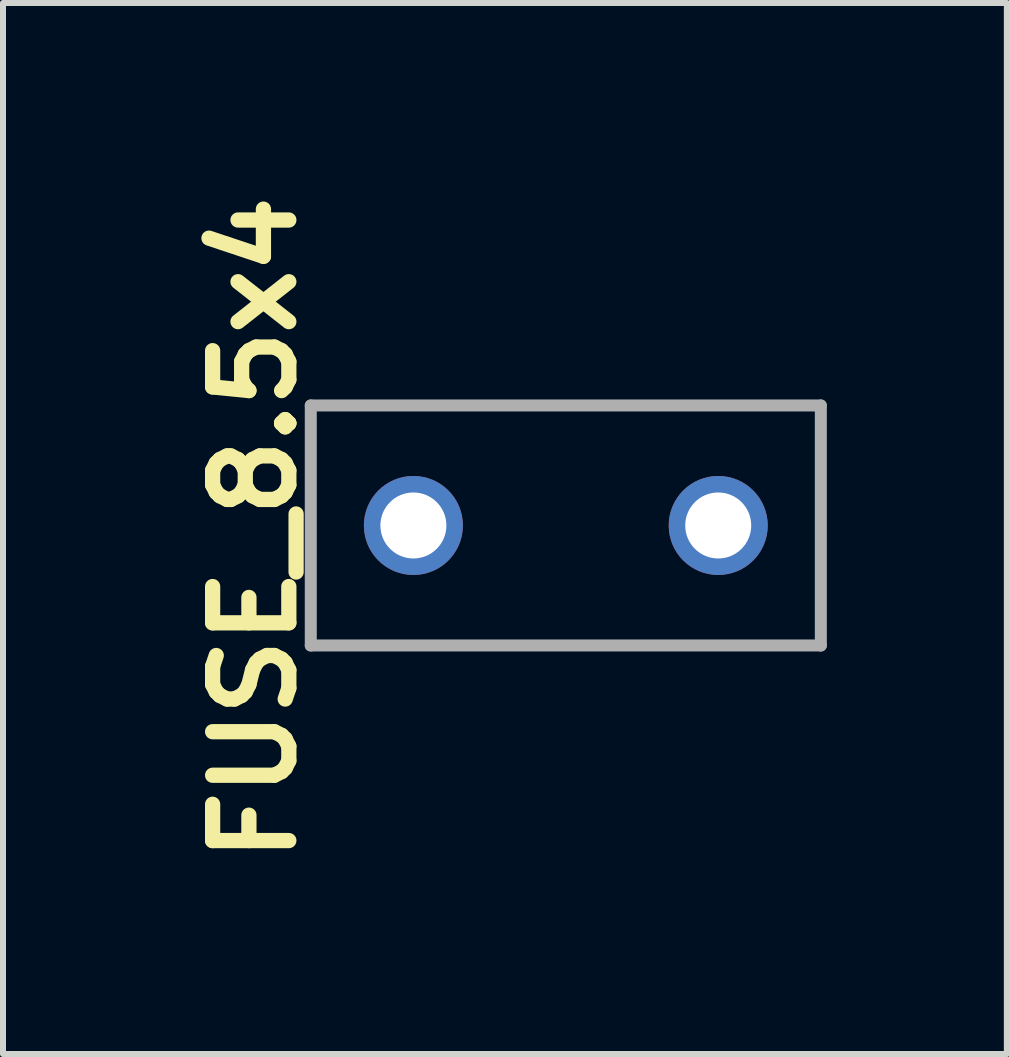
<source format=kicad_pcb>
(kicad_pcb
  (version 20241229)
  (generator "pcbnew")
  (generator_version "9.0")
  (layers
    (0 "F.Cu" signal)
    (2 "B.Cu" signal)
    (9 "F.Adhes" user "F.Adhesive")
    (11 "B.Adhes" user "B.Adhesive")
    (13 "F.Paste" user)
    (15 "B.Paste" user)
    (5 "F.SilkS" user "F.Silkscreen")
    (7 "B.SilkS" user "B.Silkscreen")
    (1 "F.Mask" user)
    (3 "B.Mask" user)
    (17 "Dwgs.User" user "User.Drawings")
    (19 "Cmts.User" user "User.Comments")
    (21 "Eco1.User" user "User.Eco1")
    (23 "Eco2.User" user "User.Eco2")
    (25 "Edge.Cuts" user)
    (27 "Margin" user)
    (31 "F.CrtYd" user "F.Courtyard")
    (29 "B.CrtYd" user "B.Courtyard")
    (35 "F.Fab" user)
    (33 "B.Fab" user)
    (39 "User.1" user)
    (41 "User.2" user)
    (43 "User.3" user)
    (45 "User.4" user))
  (footprint "FUSE_8.5x4"
    (layer "F.Cu")
    (at 6.379 5.707)
    (property "Reference" "FUSE_8.5x4" (at -5.19 0.05 90) (layer "F.SilkS") (effects (font (size 1.27 1.27) (thickness 0.254))))
    (fp_line (start -4.25 -2) (end 4.25 -2) (stroke (width 0.1) (type solid)) (layer "F.SilkS"))
    (fp_line (start -4.25 2) (end -4.25 -2) (stroke (width 0.1) (type solid)) (layer "F.SilkS"))
    (fp_line (start 4.25 -2) (end 4.25 2) (stroke (width 0.1) (type solid)) (layer "F.SilkS"))
    (fp_line (start 4.25 2) (end -4.25 2) (stroke (width 0.1) (type solid)) (layer "F.SilkS"))
    (fp_line (start -4.25 -2) (end 4.25 -2) (stroke (width 0.2) (type solid)) (layer "F.Fab"))
    (fp_line (start -4.25 2) (end -4.25 -2) (stroke (width 0.2) (type solid)) (layer "F.Fab"))
    (fp_line (start 4.25 -2) (end 4.25 2) (stroke (width 0.2) (type solid)) (layer "F.Fab"))
    (fp_line (start 4.25 2) (end -4.25 2) (stroke (width 0.2) (type solid)) (layer "F.Fab"))
    (pad "1" thru_hole circle (at -2.54 0) (size 1.65 1.65) (drill 1.1) (layers "*.Cu" "*.Mask"))
    (pad "2" thru_hole circle (at 2.54 0) (size 1.65 1.65) (drill 1.1) (layers "*.Cu" "*.Mask")))
  (gr_rect
    (start -3 -3)
    (end 13.729 14.515)
    (stroke (width 0.1) (type default))
    (fill no)
    (layer "Edge.Cuts")))
</source>
